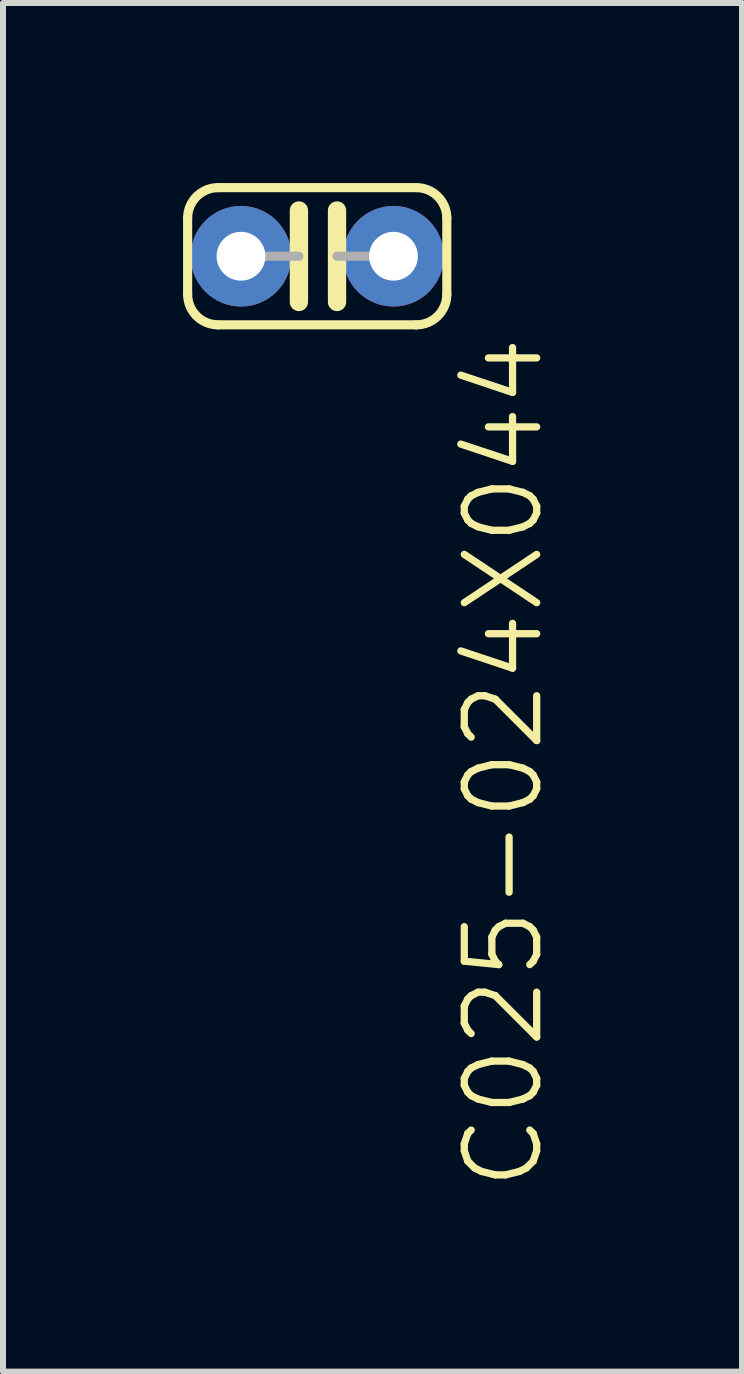
<source format=kicad_pcb>
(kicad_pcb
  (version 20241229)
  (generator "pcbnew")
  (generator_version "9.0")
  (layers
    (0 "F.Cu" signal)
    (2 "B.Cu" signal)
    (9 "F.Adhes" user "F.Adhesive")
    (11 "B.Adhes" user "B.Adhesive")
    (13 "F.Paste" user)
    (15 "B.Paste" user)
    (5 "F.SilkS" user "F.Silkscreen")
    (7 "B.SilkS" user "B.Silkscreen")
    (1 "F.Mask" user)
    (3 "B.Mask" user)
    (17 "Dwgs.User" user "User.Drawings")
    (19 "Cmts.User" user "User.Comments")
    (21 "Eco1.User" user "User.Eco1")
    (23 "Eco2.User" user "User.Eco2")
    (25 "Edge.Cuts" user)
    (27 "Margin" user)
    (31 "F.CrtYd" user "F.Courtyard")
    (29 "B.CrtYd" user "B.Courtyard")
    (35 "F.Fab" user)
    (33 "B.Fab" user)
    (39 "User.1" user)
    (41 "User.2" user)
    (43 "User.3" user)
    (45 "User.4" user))
  (footprint "C025-024X044"
    (layer "F.Cu")
    (at 2.235 1.219)
    (property "Reference" "C025-024X044" (at 3.81 1.27 270) (layer "F.SilkS") (effects (font (size 1.206 1.206) (thickness 0.121)) (justify right bottom)))
    (attr through_hole)
    (fp_line (start -2.159 0.635) (end -2.159 -0.635) (stroke (width 0.152) (type solid)) (layer "F.SilkS"))
    (fp_line (start -0.305 -0.762) (end -0.305 0.762) (stroke (width 0.305) (type solid)) (layer "F.SilkS"))
    (fp_line (start 0.33 -0.762) (end 0.33 0.762) (stroke (width 0.305) (type solid)) (layer "F.SilkS"))
    (fp_line (start 1.651 -1.143) (end -1.651 -1.143) (stroke (width 0.152) (type solid)) (layer "F.SilkS"))
    (fp_line (start 1.651 1.143) (end -1.651 1.143) (stroke (width 0.152) (type solid)) (layer "F.SilkS"))
    (fp_line (start 2.159 0.635) (end 2.159 -0.635) (stroke (width 0.152) (type solid)) (layer "F.SilkS"))
    (fp_arc (start -2.159 -0.635) (mid -2.01021 -0.99421) (end -1.651 -1.143) (stroke (width 0.1524) (type solid)) (layer "F.SilkS"))
    (fp_arc (start -1.651 1.143) (mid -2.01021 0.99421) (end -2.159 0.635) (stroke (width 0.1524) (type solid)) (layer "F.SilkS"))
    (fp_arc (start 1.651 -1.143) (mid 2.01021 -0.99421) (end 2.159 -0.635) (stroke (width 0.1524) (type solid)) (layer "F.SilkS"))
    (fp_arc (start 2.159 0.635) (mid 2.01021 0.99421) (end 1.651 1.143) (stroke (width 0.1524) (type solid)) (layer "F.SilkS"))
    (fp_line (start -1.27 0) (end -0.305 0) (stroke (width 0.152) (type solid)) (layer "F.Fab"))
    (fp_line (start 1.27 0) (end 0.33 0) (stroke (width 0.152) (type solid)) (layer "F.Fab"))
    (pad "1" thru_hole circle (at -1.27 0) (size 1.676 1.676) (drill 0.813) (layers "*.Cu" "*.Mask"))
    (pad "2" thru_hole circle (at 1.27 0) (size 1.676 1.676) (drill 0.813) (layers "*.Cu" "*.Mask")))
  (gr_rect
    (start -3 -3)
    (end 9.312 19.801)
    (stroke (width 0.1) (type default))
    (fill no)
    (layer "Edge.Cuts")))
</source>
